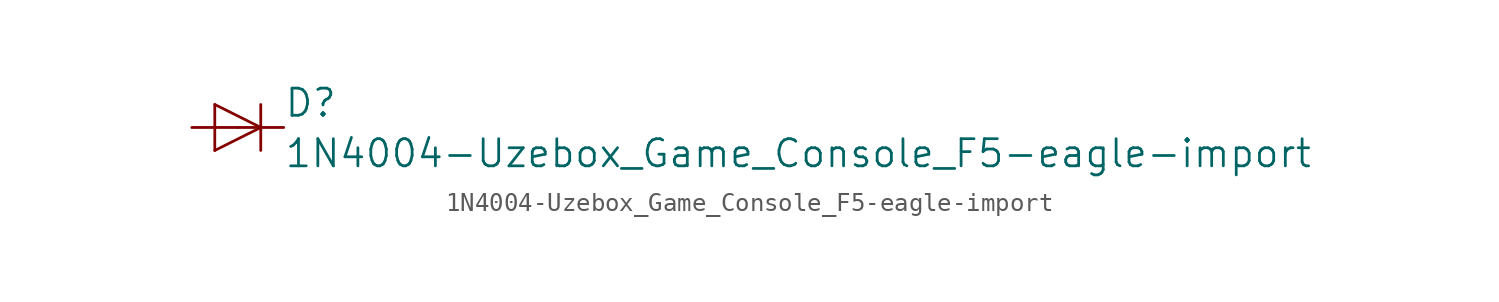
<source format=kicad_sym>
(kicad_symbol_lib
  (version 20231120)
  (generator "kicad_symbol_editor")
  (generator_version "8.0")
  (symbol "1N4004-Uzebox_Game_Console_F5-eagle-import"
    (pin_names
      (offset 1.016))
    (property "Reference" "D"
      (at 2.54 0.483 0)
      (effects (font (size 1.499 1.499)) (justify left bottom)))
    (property "Value" "1N4004-Uzebox_Game_Console_F5-eagle-import"
      (at 2.54 -2.311 0)
      (effects (font (size 1.499 1.499)) (justify left bottom)))
    (property "ki_locked" ""
      (at 0 0 0)
      (effects (font (size 1.27 1.27))))
    (symbol "1N4004-Uzebox_Game_Console_F5-eagle-import_1_0"
      (polyline (pts (xy -1.27 -1.27) (xy 1.27 0)) (stroke (width 0) (type solid)) (fill (type none)))
      (polyline (pts (xy -1.27 1.27) (xy -1.27 -1.27)) (stroke (width 0) (type solid)) (fill (type none)))
      (polyline (pts (xy 1.27 0) (xy -1.27 1.27)) (stroke (width 0) (type solid)) (fill (type none)))
      (polyline (pts (xy 1.27 0) (xy 1.27 -1.27)) (stroke (width 0) (type solid)) (fill (type none)))
      (polyline (pts (xy 1.27 1.27) (xy 1.27 0)) (stroke (width 0) (type solid)) (fill (type none)))
      (pin passive line (at -2.54 0 0) (length 2.54) (name "A" (effects (font (size 0 0)))) (number "A" (effects (font (size 0 0)))))
      (pin passive line (at 2.54 0 180) (length 2.54) (name "C" (effects (font (size 0 0)))) (number "C" (effects (font (size 0 0))))))))
</source>
